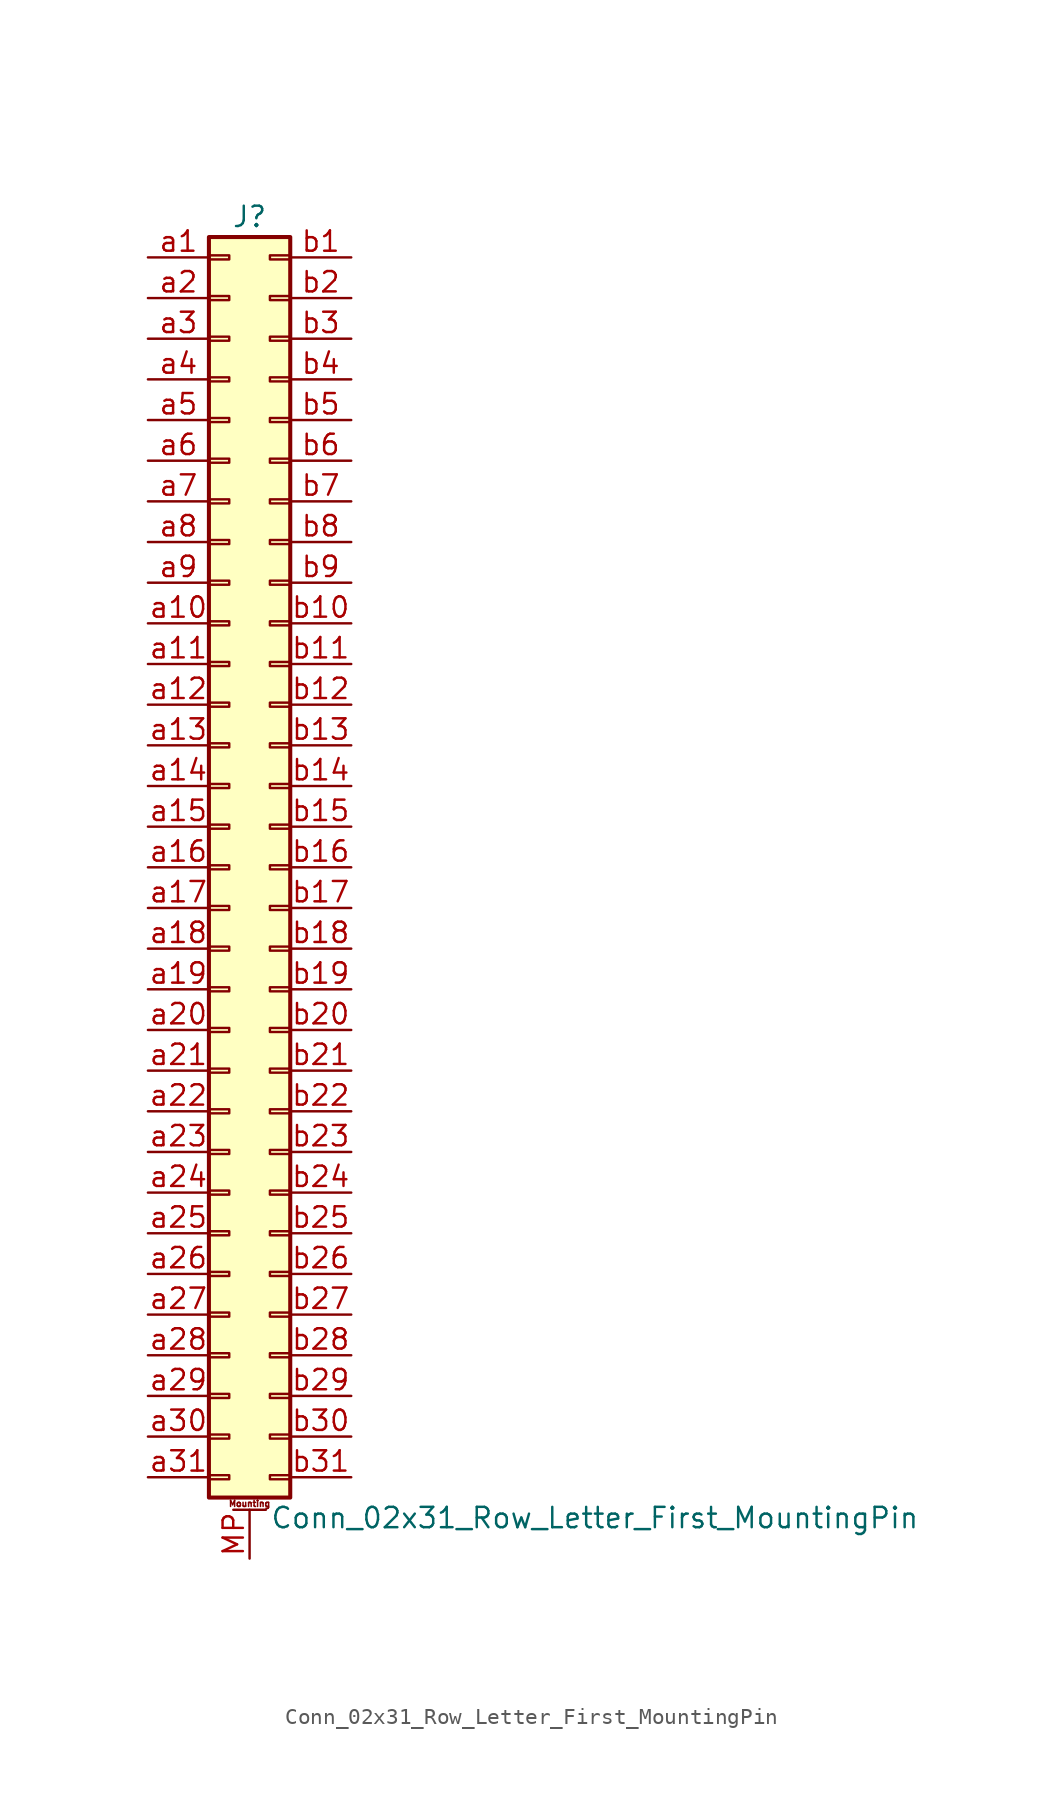
<source format=kicad_sym>
(kicad_symbol_lib
  (version 20201005)
  (generator kicad_symbol_editor)
  (symbol "Conn_02x31_Row_Letter_First_MountingPin"
    (pin_names
      (offset 1.016) hide)
    (property "Reference" "J"
      (at 1.27 40.64 0)
      (effects (font (size 1.27 1.27))))
    (property "Value" "Conn_02x31_Row_Letter_First_MountingPin"
      (at 2.54 -40.64 0)
      (effects (font (size 1.27 1.27)) (justify left)))
    (symbol "Conn_02x31_Row_Letter_First_MountingPin_1_1"
      (text "Mounting" (at 1.27 -39.751 0) (effects (font (size 0.381 0.381))))
      (rectangle (start -1.27 -37.973) (end 0 -38.227) (stroke (width 0.152)) (fill (type none)))
      (rectangle (start -1.27 -35.433) (end 0 -35.687) (stroke (width 0.152)) (fill (type none)))
      (rectangle (start -1.27 -32.893) (end 0 -33.147) (stroke (width 0.152)) (fill (type none)))
      (rectangle (start -1.27 -30.353) (end 0 -30.607) (stroke (width 0.152)) (fill (type none)))
      (rectangle (start -1.27 -27.813) (end 0 -28.067) (stroke (width 0.152)) (fill (type none)))
      (rectangle (start -1.27 -25.273) (end 0 -25.527) (stroke (width 0.152)) (fill (type none)))
      (rectangle (start -1.27 -22.733) (end 0 -22.987) (stroke (width 0.152)) (fill (type none)))
      (rectangle (start -1.27 -20.193) (end 0 -20.447) (stroke (width 0.152)) (fill (type none)))
      (rectangle (start -1.27 -17.653) (end 0 -17.907) (stroke (width 0.152)) (fill (type none)))
      (rectangle (start -1.27 -15.113) (end 0 -15.367) (stroke (width 0.152)) (fill (type none)))
      (rectangle (start -1.27 -12.573) (end 0 -12.827) (stroke (width 0.152)) (fill (type none)))
      (rectangle (start -1.27 -10.033) (end 0 -10.287) (stroke (width 0.152)) (fill (type none)))
      (rectangle (start -1.27 -7.493) (end 0 -7.747) (stroke (width 0.152)) (fill (type none)))
      (rectangle (start -1.27 -4.953) (end 0 -5.207) (stroke (width 0.152)) (fill (type none)))
      (rectangle (start -1.27 -2.413) (end 0 -2.667) (stroke (width 0.152)) (fill (type none)))
      (rectangle (start -1.27 0.127) (end 0 -0.127) (stroke (width 0.152)) (fill (type none)))
      (rectangle (start -1.27 2.667) (end 0 2.413) (stroke (width 0.152)) (fill (type none)))
      (rectangle (start -1.27 5.207) (end 0 4.953) (stroke (width 0.152)) (fill (type none)))
      (rectangle (start -1.27 7.747) (end 0 7.493) (stroke (width 0.152)) (fill (type none)))
      (rectangle (start -1.27 10.287) (end 0 10.033) (stroke (width 0.152)) (fill (type none)))
      (rectangle (start -1.27 12.827) (end 0 12.573) (stroke (width 0.152)) (fill (type none)))
      (rectangle (start -1.27 15.367) (end 0 15.113) (stroke (width 0.152)) (fill (type none)))
      (rectangle (start -1.27 17.907) (end 0 17.653) (stroke (width 0.152)) (fill (type none)))
      (rectangle (start -1.27 20.447) (end 0 20.193) (stroke (width 0.152)) (fill (type none)))
      (rectangle (start -1.27 22.987) (end 0 22.733) (stroke (width 0.152)) (fill (type none)))
      (rectangle (start -1.27 25.527) (end 0 25.273) (stroke (width 0.152)) (fill (type none)))
      (rectangle (start -1.27 28.067) (end 0 27.813) (stroke (width 0.152)) (fill (type none)))
      (rectangle (start -1.27 30.607) (end 0 30.353) (stroke (width 0.152)) (fill (type none)))
      (rectangle (start -1.27 33.147) (end 0 32.893) (stroke (width 0.152)) (fill (type none)))
      (rectangle (start -1.27 35.687) (end 0 35.433) (stroke (width 0.152)) (fill (type none)))
      (rectangle (start -1.27 38.227) (end 0 37.973) (stroke (width 0.152)) (fill (type none)))
      (rectangle (start -1.27 39.37) (end 3.81 -39.37) (stroke (width 0.254)) (fill (type background)))
      (rectangle (start 3.81 -37.973) (end 2.54 -38.227) (stroke (width 0.152)) (fill (type none)))
      (rectangle (start 3.81 -35.433) (end 2.54 -35.687) (stroke (width 0.152)) (fill (type none)))
      (rectangle (start 3.81 -32.893) (end 2.54 -33.147) (stroke (width 0.152)) (fill (type none)))
      (rectangle (start 3.81 -30.353) (end 2.54 -30.607) (stroke (width 0.152)) (fill (type none)))
      (rectangle (start 3.81 -27.813) (end 2.54 -28.067) (stroke (width 0.152)) (fill (type none)))
      (rectangle (start 3.81 -25.273) (end 2.54 -25.527) (stroke (width 0.152)) (fill (type none)))
      (rectangle (start 3.81 -22.733) (end 2.54 -22.987) (stroke (width 0.152)) (fill (type none)))
      (rectangle (start 3.81 -20.193) (end 2.54 -20.447) (stroke (width 0.152)) (fill (type none)))
      (rectangle (start 3.81 -17.653) (end 2.54 -17.907) (stroke (width 0.152)) (fill (type none)))
      (rectangle (start 3.81 -15.113) (end 2.54 -15.367) (stroke (width 0.152)) (fill (type none)))
      (rectangle (start 3.81 -12.573) (end 2.54 -12.827) (stroke (width 0.152)) (fill (type none)))
      (rectangle (start 3.81 -10.033) (end 2.54 -10.287) (stroke (width 0.152)) (fill (type none)))
      (rectangle (start 3.81 -7.493) (end 2.54 -7.747) (stroke (width 0.152)) (fill (type none)))
      (rectangle (start 3.81 -4.953) (end 2.54 -5.207) (stroke (width 0.152)) (fill (type none)))
      (rectangle (start 3.81 -2.413) (end 2.54 -2.667) (stroke (width 0.152)) (fill (type none)))
      (rectangle (start 3.81 0.127) (end 2.54 -0.127) (stroke (width 0.152)) (fill (type none)))
      (rectangle (start 3.81 2.667) (end 2.54 2.413) (stroke (width 0.152)) (fill (type none)))
      (rectangle (start 3.81 5.207) (end 2.54 4.953) (stroke (width 0.152)) (fill (type none)))
      (rectangle (start 3.81 7.747) (end 2.54 7.493) (stroke (width 0.152)) (fill (type none)))
      (rectangle (start 3.81 10.287) (end 2.54 10.033) (stroke (width 0.152)) (fill (type none)))
      (rectangle (start 3.81 12.827) (end 2.54 12.573) (stroke (width 0.152)) (fill (type none)))
      (rectangle (start 3.81 15.367) (end 2.54 15.113) (stroke (width 0.152)) (fill (type none)))
      (rectangle (start 3.81 17.907) (end 2.54 17.653) (stroke (width 0.152)) (fill (type none)))
      (rectangle (start 3.81 20.447) (end 2.54 20.193) (stroke (width 0.152)) (fill (type none)))
      (rectangle (start 3.81 22.987) (end 2.54 22.733) (stroke (width 0.152)) (fill (type none)))
      (rectangle (start 3.81 25.527) (end 2.54 25.273) (stroke (width 0.152)) (fill (type none)))
      (rectangle (start 3.81 28.067) (end 2.54 27.813) (stroke (width 0.152)) (fill (type none)))
      (rectangle (start 3.81 30.607) (end 2.54 30.353) (stroke (width 0.152)) (fill (type none)))
      (rectangle (start 3.81 33.147) (end 2.54 32.893) (stroke (width 0.152)) (fill (type none)))
      (rectangle (start 3.81 35.687) (end 2.54 35.433) (stroke (width 0.152)) (fill (type none)))
      (rectangle (start 3.81 38.227) (end 2.54 37.973) (stroke (width 0.152)) (fill (type none)))
      (polyline (pts (xy 0.254 -40.132) (xy 2.286 -40.132)) (stroke (width 0.152)) (fill (type none)))
      (pin passive line (at 1.27 -43.18 90) (length 3.048) (name "MountPin" (effects (font (size 1.27 1.27)))) (number "MP" (effects (font (size 1.27 1.27)))))
      (pin passive line (at -5.08 38.1 0) (length 3.81) (name "Pin_a1" (effects (font (size 1.27 1.27)))) (number "a1" (effects (font (size 1.27 1.27)))))
      (pin passive line (at -5.08 15.24 0) (length 3.81) (name "Pin_a10" (effects (font (size 1.27 1.27)))) (number "a10" (effects (font (size 1.27 1.27)))))
      (pin passive line (at -5.08 12.7 0) (length 3.81) (name "Pin_a11" (effects (font (size 1.27 1.27)))) (number "a11" (effects (font (size 1.27 1.27)))))
      (pin passive line (at -5.08 10.16 0) (length 3.81) (name "Pin_a12" (effects (font (size 1.27 1.27)))) (number "a12" (effects (font (size 1.27 1.27)))))
      (pin passive line (at -5.08 7.62 0) (length 3.81) (name "Pin_a13" (effects (font (size 1.27 1.27)))) (number "a13" (effects (font (size 1.27 1.27)))))
      (pin passive line (at -5.08 5.08 0) (length 3.81) (name "Pin_a14" (effects (font (size 1.27 1.27)))) (number "a14" (effects (font (size 1.27 1.27)))))
      (pin passive line (at -5.08 2.54 0) (length 3.81) (name "Pin_a15" (effects (font (size 1.27 1.27)))) (number "a15" (effects (font (size 1.27 1.27)))))
      (pin passive line (at -5.08 0 0) (length 3.81) (name "Pin_a16" (effects (font (size 1.27 1.27)))) (number "a16" (effects (font (size 1.27 1.27)))))
      (pin passive line (at -5.08 -2.54 0) (length 3.81) (name "Pin_a17" (effects (font (size 1.27 1.27)))) (number "a17" (effects (font (size 1.27 1.27)))))
      (pin passive line (at -5.08 -5.08 0) (length 3.81) (name "Pin_a18" (effects (font (size 1.27 1.27)))) (number "a18" (effects (font (size 1.27 1.27)))))
      (pin passive line (at -5.08 -7.62 0) (length 3.81) (name "Pin_a19" (effects (font (size 1.27 1.27)))) (number "a19" (effects (font (size 1.27 1.27)))))
      (pin passive line (at -5.08 35.56 0) (length 3.81) (name "Pin_a2" (effects (font (size 1.27 1.27)))) (number "a2" (effects (font (size 1.27 1.27)))))
      (pin passive line (at -5.08 -10.16 0) (length 3.81) (name "Pin_a20" (effects (font (size 1.27 1.27)))) (number "a20" (effects (font (size 1.27 1.27)))))
      (pin passive line (at -5.08 -12.7 0) (length 3.81) (name "Pin_a21" (effects (font (size 1.27 1.27)))) (number "a21" (effects (font (size 1.27 1.27)))))
      (pin passive line (at -5.08 -15.24 0) (length 3.81) (name "Pin_a22" (effects (font (size 1.27 1.27)))) (number "a22" (effects (font (size 1.27 1.27)))))
      (pin passive line (at -5.08 -17.78 0) (length 3.81) (name "Pin_a23" (effects (font (size 1.27 1.27)))) (number "a23" (effects (font (size 1.27 1.27)))))
      (pin passive line (at -5.08 -20.32 0) (length 3.81) (name "Pin_a24" (effects (font (size 1.27 1.27)))) (number "a24" (effects (font (size 1.27 1.27)))))
      (pin passive line (at -5.08 -22.86 0) (length 3.81) (name "Pin_a25" (effects (font (size 1.27 1.27)))) (number "a25" (effects (font (size 1.27 1.27)))))
      (pin passive line (at -5.08 -25.4 0) (length 3.81) (name "Pin_a26" (effects (font (size 1.27 1.27)))) (number "a26" (effects (font (size 1.27 1.27)))))
      (pin passive line (at -5.08 -27.94 0) (length 3.81) (name "Pin_a27" (effects (font (size 1.27 1.27)))) (number "a27" (effects (font (size 1.27 1.27)))))
      (pin passive line (at -5.08 -30.48 0) (length 3.81) (name "Pin_a28" (effects (font (size 1.27 1.27)))) (number "a28" (effects (font (size 1.27 1.27)))))
      (pin passive line (at -5.08 -33.02 0) (length 3.81) (name "Pin_a29" (effects (font (size 1.27 1.27)))) (number "a29" (effects (font (size 1.27 1.27)))))
      (pin passive line (at -5.08 33.02 0) (length 3.81) (name "Pin_a3" (effects (font (size 1.27 1.27)))) (number "a3" (effects (font (size 1.27 1.27)))))
      (pin passive line (at -5.08 -35.56 0) (length 3.81) (name "Pin_a30" (effects (font (size 1.27 1.27)))) (number "a30" (effects (font (size 1.27 1.27)))))
      (pin passive line (at -5.08 -38.1 0) (length 3.81) (name "Pin_a31" (effects (font (size 1.27 1.27)))) (number "a31" (effects (font (size 1.27 1.27)))))
      (pin passive line (at -5.08 30.48 0) (length 3.81) (name "Pin_a4" (effects (font (size 1.27 1.27)))) (number "a4" (effects (font (size 1.27 1.27)))))
      (pin passive line (at -5.08 27.94 0) (length 3.81) (name "Pin_a5" (effects (font (size 1.27 1.27)))) (number "a5" (effects (font (size 1.27 1.27)))))
      (pin passive line (at -5.08 25.4 0) (length 3.81) (name "Pin_a6" (effects (font (size 1.27 1.27)))) (number "a6" (effects (font (size 1.27 1.27)))))
      (pin passive line (at -5.08 22.86 0) (length 3.81) (name "Pin_a7" (effects (font (size 1.27 1.27)))) (number "a7" (effects (font (size 1.27 1.27)))))
      (pin passive line (at -5.08 20.32 0) (length 3.81) (name "Pin_a8" (effects (font (size 1.27 1.27)))) (number "a8" (effects (font (size 1.27 1.27)))))
      (pin passive line (at -5.08 17.78 0) (length 3.81) (name "Pin_a9" (effects (font (size 1.27 1.27)))) (number "a9" (effects (font (size 1.27 1.27)))))
      (pin passive line (at 7.62 38.1 180) (length 3.81) (name "Pin_b1" (effects (font (size 1.27 1.27)))) (number "b1" (effects (font (size 1.27 1.27)))))
      (pin passive line (at 7.62 15.24 180) (length 3.81) (name "Pin_b10" (effects (font (size 1.27 1.27)))) (number "b10" (effects (font (size 1.27 1.27)))))
      (pin passive line (at 7.62 12.7 180) (length 3.81) (name "Pin_b11" (effects (font (size 1.27 1.27)))) (number "b11" (effects (font (size 1.27 1.27)))))
      (pin passive line (at 7.62 10.16 180) (length 3.81) (name "Pin_b12" (effects (font (size 1.27 1.27)))) (number "b12" (effects (font (size 1.27 1.27)))))
      (pin passive line (at 7.62 7.62 180) (length 3.81) (name "Pin_b13" (effects (font (size 1.27 1.27)))) (number "b13" (effects (font (size 1.27 1.27)))))
      (pin passive line (at 7.62 5.08 180) (length 3.81) (name "Pin_b14" (effects (font (size 1.27 1.27)))) (number "b14" (effects (font (size 1.27 1.27)))))
      (pin passive line (at 7.62 2.54 180) (length 3.81) (name "Pin_b15" (effects (font (size 1.27 1.27)))) (number "b15" (effects (font (size 1.27 1.27)))))
      (pin passive line (at 7.62 0 180) (length 3.81) (name "Pin_b16" (effects (font (size 1.27 1.27)))) (number "b16" (effects (font (size 1.27 1.27)))))
      (pin passive line (at 7.62 -2.54 180) (length 3.81) (name "Pin_b17" (effects (font (size 1.27 1.27)))) (number "b17" (effects (font (size 1.27 1.27)))))
      (pin passive line (at 7.62 -5.08 180) (length 3.81) (name "Pin_b18" (effects (font (size 1.27 1.27)))) (number "b18" (effects (font (size 1.27 1.27)))))
      (pin passive line (at 7.62 -7.62 180) (length 3.81) (name "Pin_b19" (effects (font (size 1.27 1.27)))) (number "b19" (effects (font (size 1.27 1.27)))))
      (pin passive line (at 7.62 35.56 180) (length 3.81) (name "Pin_b2" (effects (font (size 1.27 1.27)))) (number "b2" (effects (font (size 1.27 1.27)))))
      (pin passive line (at 7.62 -10.16 180) (length 3.81) (name "Pin_b20" (effects (font (size 1.27 1.27)))) (number "b20" (effects (font (size 1.27 1.27)))))
      (pin passive line (at 7.62 -12.7 180) (length 3.81) (name "Pin_b21" (effects (font (size 1.27 1.27)))) (number "b21" (effects (font (size 1.27 1.27)))))
      (pin passive line (at 7.62 -15.24 180) (length 3.81) (name "Pin_b22" (effects (font (size 1.27 1.27)))) (number "b22" (effects (font (size 1.27 1.27)))))
      (pin passive line (at 7.62 -17.78 180) (length 3.81) (name "Pin_b23" (effects (font (size 1.27 1.27)))) (number "b23" (effects (font (size 1.27 1.27)))))
      (pin passive line (at 7.62 -20.32 180) (length 3.81) (name "Pin_b24" (effects (font (size 1.27 1.27)))) (number "b24" (effects (font (size 1.27 1.27)))))
      (pin passive line (at 7.62 -22.86 180) (length 3.81) (name "Pin_b25" (effects (font (size 1.27 1.27)))) (number "b25" (effects (font (size 1.27 1.27)))))
      (pin passive line (at 7.62 -25.4 180) (length 3.81) (name "Pin_b26" (effects (font (size 1.27 1.27)))) (number "b26" (effects (font (size 1.27 1.27)))))
      (pin passive line (at 7.62 -27.94 180) (length 3.81) (name "Pin_b27" (effects (font (size 1.27 1.27)))) (number "b27" (effects (font (size 1.27 1.27)))))
      (pin passive line (at 7.62 -30.48 180) (length 3.81) (name "Pin_b28" (effects (font (size 1.27 1.27)))) (number "b28" (effects (font (size 1.27 1.27)))))
      (pin passive line (at 7.62 -33.02 180) (length 3.81) (name "Pin_b29" (effects (font (size 1.27 1.27)))) (number "b29" (effects (font (size 1.27 1.27)))))
      (pin passive line (at 7.62 33.02 180) (length 3.81) (name "Pin_b3" (effects (font (size 1.27 1.27)))) (number "b3" (effects (font (size 1.27 1.27)))))
      (pin passive line (at 7.62 -35.56 180) (length 3.81) (name "Pin_b30" (effects (font (size 1.27 1.27)))) (number "b30" (effects (font (size 1.27 1.27)))))
      (pin passive line (at 7.62 -38.1 180) (length 3.81) (name "Pin_b31" (effects (font (size 1.27 1.27)))) (number "b31" (effects (font (size 1.27 1.27)))))
      (pin passive line (at 7.62 30.48 180) (length 3.81) (name "Pin_b4" (effects (font (size 1.27 1.27)))) (number "b4" (effects (font (size 1.27 1.27)))))
      (pin passive line (at 7.62 27.94 180) (length 3.81) (name "Pin_b5" (effects (font (size 1.27 1.27)))) (number "b5" (effects (font (size 1.27 1.27)))))
      (pin passive line (at 7.62 25.4 180) (length 3.81) (name "Pin_b6" (effects (font (size 1.27 1.27)))) (number "b6" (effects (font (size 1.27 1.27)))))
      (pin passive line (at 7.62 22.86 180) (length 3.81) (name "Pin_b7" (effects (font (size 1.27 1.27)))) (number "b7" (effects (font (size 1.27 1.27)))))
      (pin passive line (at 7.62 20.32 180) (length 3.81) (name "Pin_b8" (effects (font (size 1.27 1.27)))) (number "b8" (effects (font (size 1.27 1.27)))))
      (pin passive line (at 7.62 17.78 180) (length 3.81) (name "Pin_b9" (effects (font (size 1.27 1.27)))) (number "b9" (effects (font (size 1.27 1.27))))))))
</source>
